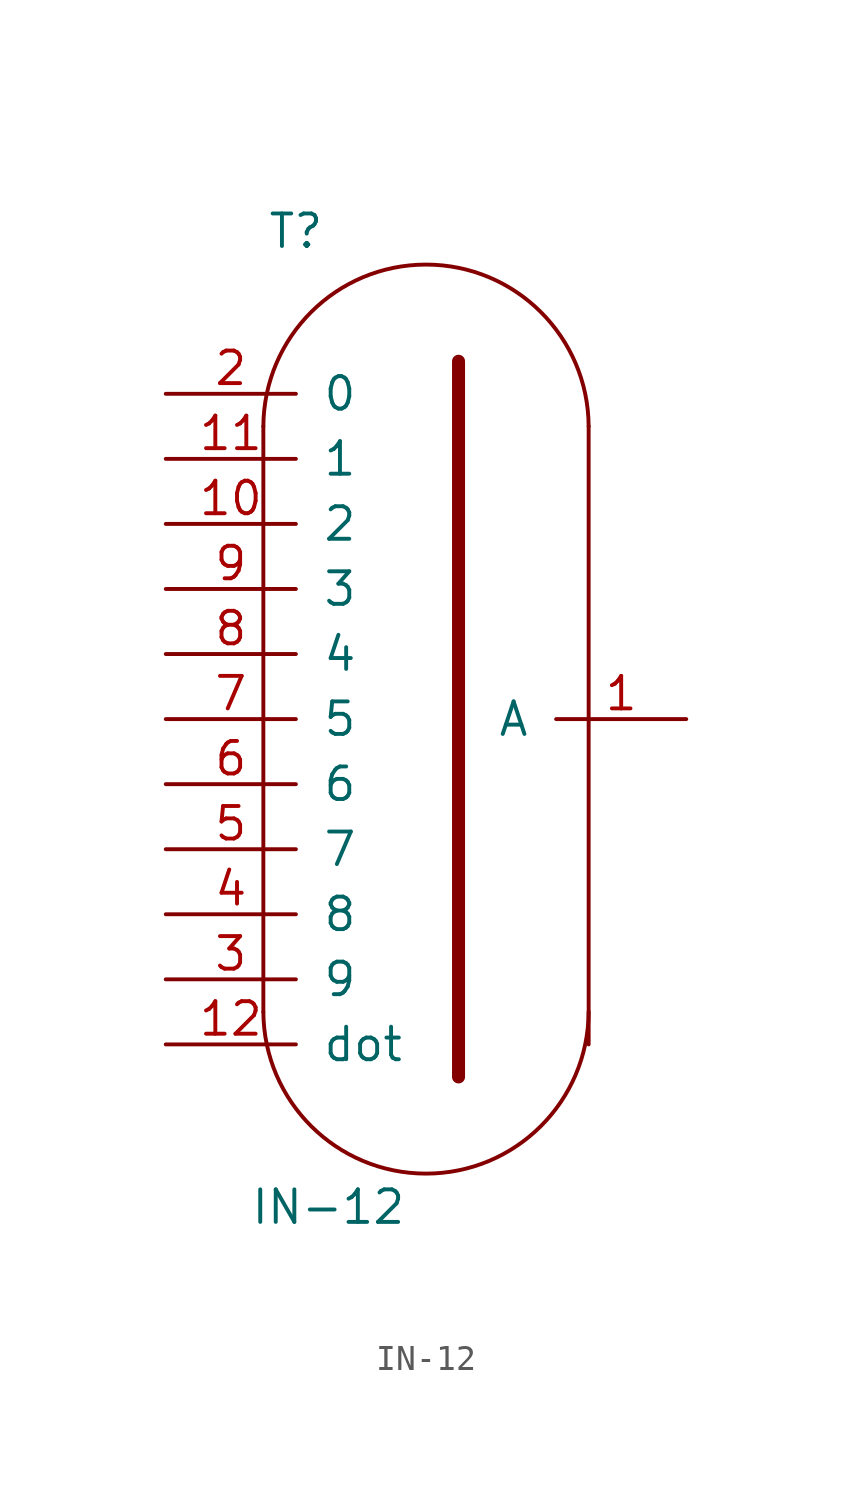
<source format=kicad_sym>
(kicad_symbol_lib
  (version 20211014)
  (generator kicad_symbol_editor)
  (symbol "IN-12"
    (pin_names
      (offset 1.016))
    (property "Reference" "T"
      (at -5.08 19.05 0)
      (effects (font (size 1.27 1.27))))
    (property "Value" "IN-12"
      (at -3.81 -19.05 0)
      (effects (font (size 1.27 1.27))))
    (symbol "IN-12_0_1"
      (arc (start -6.35 -11.43) (mid 0 -17.78) (end 6.35 -11.43) (stroke (width 0) (type default) (color 0 0 0 0)) (fill (type none)))
      (polyline (pts (xy -6.35 11.43) (xy -6.35 -11.43)) (stroke (width 0) (type default) (color 0 0 0 0)) (fill (type none)))
      (polyline (pts (xy 1.27 -13.97) (xy 1.27 13.97)) (stroke (width 0.508) (type default) (color 0 0 0 0)) (fill (type outline)))
      (polyline (pts (xy 6.35 -12.7) (xy 6.35 11.43)) (stroke (width 0) (type default) (color 0 0 0 0)) (fill (type none)))
      (arc (start 6.35 11.43) (mid 0 17.78) (end -6.35 11.43) (stroke (width 0) (type default) (color 0 0 0 0)) (fill (type none))))
    (symbol "IN-12_1_0"
      (pin input line (at 10.16 0 180) (length 5.08) (name "A" (effects (font (size 1.27 1.27)))) (number "1" (effects (font (size 1.27 1.27)))))
      (pin input line (at -10.16 7.62 0) (length 5.08) (name "2" (effects (font (size 1.27 1.27)))) (number "10" (effects (font (size 1.27 1.27)))))
      (pin input line (at -10.16 10.16 0) (length 5.08) (name "1" (effects (font (size 1.27 1.27)))) (number "11" (effects (font (size 1.27 1.27)))))
      (pin input line (at -10.16 -12.7 0) (length 5.08) (name "dot" (effects (font (size 1.27 1.27)))) (number "12" (effects (font (size 1.27 1.27)))))
      (pin input line (at -10.16 -10.16 0) (length 5.08) (name "9" (effects (font (size 1.27 1.27)))) (number "3" (effects (font (size 1.27 1.27)))))
      (pin input line (at -10.16 -7.62 0) (length 5.08) (name "8" (effects (font (size 1.27 1.27)))) (number "4" (effects (font (size 1.27 1.27)))))
      (pin input line (at -10.16 -5.08 0) (length 5.08) (name "7" (effects (font (size 1.27 1.27)))) (number "5" (effects (font (size 1.27 1.27)))))
      (pin input line (at -10.16 -2.54 0) (length 5.08) (name "6" (effects (font (size 1.27 1.27)))) (number "6" (effects (font (size 1.27 1.27)))))
      (pin input line (at -10.16 0 0) (length 5.08) (name "5" (effects (font (size 1.27 1.27)))) (number "7" (effects (font (size 1.27 1.27)))))
      (pin input line (at -10.16 2.54 0) (length 5.08) (name "4" (effects (font (size 1.27 1.27)))) (number "8" (effects (font (size 1.27 1.27)))))
      (pin input line (at -10.16 5.08 0) (length 5.08) (name "3" (effects (font (size 1.27 1.27)))) (number "9" (effects (font (size 1.27 1.27))))))
    (symbol "IN-12_1_1"
      (pin input line (at -10.16 12.7 0) (length 5.08) (name "0" (effects (font (size 1.27 1.27)))) (number "2" (effects (font (size 1.27 1.27))))))))
</source>
